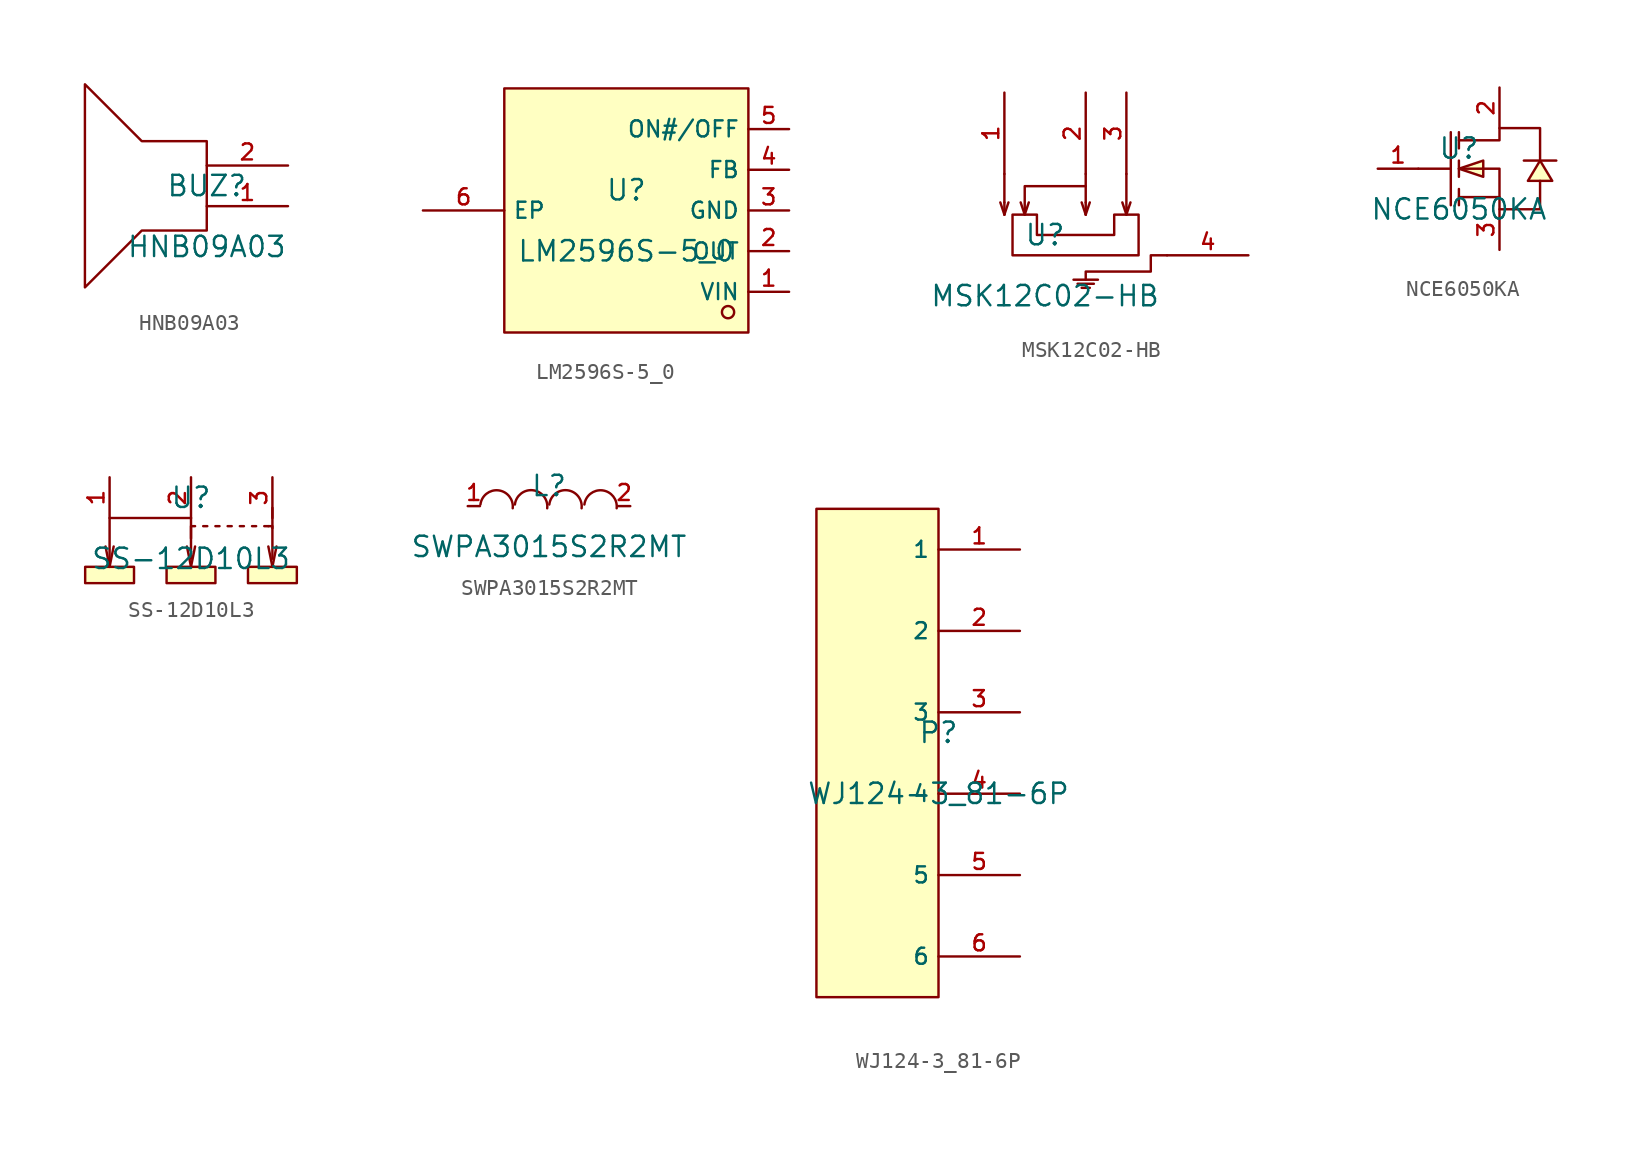
<source format=kicad_sym>
(kicad_symbol_lib
  (version 20210201)
  (generator TousstNicolas/JLC2KiCad_lib)
  (symbol "HNB09A03"
    (pin_names hide)
    (property "Reference" "BUZ"
      (at 0 1.27 0)
      (effects (font (size 1.27 1.27))))
    (property "Value" "HNB09A03"
      (at 0 -2.54 0)
      (effects (font (size 1.27 1.27))))
    (symbol "HNB09A03_0_1"
      (polyline (pts (xy -4.064 4.064) (xy 0.0 4.064) (xy 0.0 -1.524) (xy -4.064 -1.524) (xy -7.62 -5.08) (xy -7.62 7.62) (xy -4.064 4.064)) (stroke (width 0) (type default) (color 0 0 0 0)) (fill (type none)))
      (pin unspecified line (at 5.08 -0.0 180) (length 5.08) (name "+" (effects (font (size 1 1)))) (number "1" (effects (font (size 1 1)))))
      (pin unspecified line (at 5.08 2.54 180) (length 5.08) (name "-" (effects (font (size 1 1)))) (number "2" (effects (font (size 1 1)))))))
  (symbol "LM2596S-5_0"
    (property "Reference" "U"
      (at 0 1.27 0)
      (effects (font (size 1.27 1.27))))
    (property "Value" "LM2596S-5_0"
      (at 0 -2.54 0)
      (effects (font (size 1.27 1.27))))
    (symbol "LM2596S-5_0_0_1"
      (rectangle (start -7.62 7.62) (end 7.62 -7.62) (stroke (width 0) (type default) (color 0 0 0 0)) (fill (type background)))
      (circle (center 6.35 -6.35) (radius 0.381) (stroke (width 0) (type default) (color 0 0 0 0)) (fill (type background)))
      (pin unspecified line (at 10.16 -5.08 180) (length 2.54) (name "VIN" (effects (font (size 1 1)))) (number "1" (effects (font (size 1 1)))))
      (pin unspecified line (at 10.16 -2.54 180) (length 2.54) (name "OUT" (effects (font (size 1 1)))) (number "2" (effects (font (size 1 1)))))
      (pin unspecified line (at 10.16 -0.0 180) (length 2.54) (name "GND" (effects (font (size 1 1)))) (number "3" (effects (font (size 1 1)))))
      (pin unspecified line (at 10.16 2.54 180) (length 2.54) (name "FB" (effects (font (size 1 1)))) (number "4" (effects (font (size 1 1)))))
      (pin unspecified line (at 10.16 5.08 180) (length 2.54) (name "ON#/OFF" (effects (font (size 1 1)))) (number "5" (effects (font (size 1 1)))))
      (pin unspecified line (at -12.7 -0.0 0) (length 5.08) (name "EP" (effects (font (size 1 1)))) (number "6" (effects (font (size 1 1)))))))
  (symbol "MSK12C02-HB"
    (pin_names hide)
    (property "Reference" "U"
      (at 0 1.27 0)
      (effects (font (size 1.27 1.27))))
    (property "Value" "MSK12C02-HB"
      (at 0 -2.54 0)
      (effects (font (size 1.27 1.27))))
    (symbol "MSK12C02-HB_0_1"
      (pin unspecified line (at -2.54 10.16 270) (length 5.08) (name "1" (effects (font (size 1 1)))) (number "1" (effects (font (size 1 1)))))
      (pin unspecified line (at 2.54 10.16 270) (length 5.08) (name "2" (effects (font (size 1 1)))) (number "2" (effects (font (size 1 1)))))
      (pin unspecified line (at 5.08 10.16 270) (length 5.08) (name "3" (effects (font (size 1 1)))) (number "3" (effects (font (size 1 1)))))
      (pin unspecified line (at 12.7 -0.0 180) (length 5.08) (name "4" (effects (font (size 1 1)))) (number "4" (effects (font (size 1 1)))))
      (polyline (pts (xy 2.54 5.08) (xy 2.54 3.302)) (stroke (width 0) (type default) (color 0 0 0 0)) (fill (type none)))
      (polyline (pts (xy 2.54 3.302) (xy 2.54 2.54)) (stroke (width 0) (type default) (color 0 0 0 0)) (fill (type none)))
      (polyline (pts (xy 2.54 4.318) (xy -1.27 4.318) (xy -1.27 2.54) (xy -1.016 3.302)) (stroke (width 0) (type default) (color 0 0 0 0)) (fill (type none)))
      (polyline (pts (xy -1.27 2.54) (xy -1.524 3.302)) (stroke (width 0) (type default) (color 0 0 0 0)) (fill (type none)))
      (polyline (pts (xy -1.778 2.54) (xy -0.508 2.54) (xy -0.508 1.27) (xy 4.318 1.27) (xy 4.318 2.54) (xy 5.842 2.54) (xy 5.842 -0.0) (xy -2.032 -0.0) (xy -2.032 2.54) (xy -1.778 2.54)) (stroke (width 0) (type default) (color 0 0 0 0)) (fill (type none)))
      (polyline (pts (xy 5.08 5.08) (xy 5.08 2.54) (xy 5.334 3.302)) (stroke (width 0) (type default) (color 0 0 0 0)) (fill (type none)))
      (polyline (pts (xy 5.08 2.54) (xy 4.826 3.302)) (stroke (width 0) (type default) (color 0 0 0 0)) (fill (type none)))
      (polyline (pts (xy 2.54 2.54) (xy 2.794 3.302)) (stroke (width 0) (type default) (color 0 0 0 0)) (fill (type none)))
      (polyline (pts (xy 2.54 2.54) (xy 2.286 3.302)) (stroke (width 0) (type default) (color 0 0 0 0)) (fill (type none)))
      (polyline (pts (xy 7.62 -0.0) (xy 6.604 -0.0) (xy 6.604 -1.016) (xy 2.54 -1.016) (xy 2.54 -1.524)) (stroke (width 0) (type default) (color 0 0 0 0)) (fill (type none)))
      (polyline (pts (xy 1.778 -1.524) (xy 3.302 -1.524)) (stroke (width 0) (type default) (color 0 0 0 0)) (fill (type none)))
      (polyline (pts (xy 2.032 -1.778) (xy 3.048 -1.778)) (stroke (width 0) (type default) (color 0 0 0 0)) (fill (type none)))
      (polyline (pts (xy 2.286 -2.032) (xy 2.794 -2.032)) (stroke (width 0) (type default) (color 0 0 0 0)) (fill (type none)))
      (polyline (pts (xy -2.54 2.54) (xy -2.794 3.302)) (stroke (width 0) (type default) (color 0 0 0 0)) (fill (type none)))
      (polyline (pts (xy -2.54 2.54) (xy -2.286 3.302)) (stroke (width 0) (type default) (color 0 0 0 0)) (fill (type none)))
      (polyline (pts (xy -2.54 3.302) (xy -2.54 2.54)) (stroke (width 0) (type default) (color 0 0 0 0)) (fill (type none)))
      (polyline (pts (xy -2.54 5.08) (xy -2.54 3.302)) (stroke (width 0) (type default) (color 0 0 0 0)) (fill (type none)))))
  (symbol "NCE6050KA"
    (pin_names hide)
    (property "Reference" "U"
      (at 0 1.27 0)
      (effects (font (size 1.27 1.27))))
    (property "Value" "NCE6050KA"
      (at 0 -2.54 0)
      (effects (font (size 1.27 1.27))))
    (symbol "NCE6050KA_0_1"
      (polyline (pts (xy 0.0 -0.0) (xy 1.524 -0.508) (xy 1.524 0.508) (xy 0.0 -0.0)) (stroke (width 0) (type default) (color 0 0 0 0)) (fill (type background)))
      (polyline (pts (xy 5.08 0.508) (xy 4.318 -0.762) (xy 5.842 -0.762) (xy 5.08 0.508)) (stroke (width 0) (type default) (color 0 0 0 0)) (fill (type background)))
      (polyline (pts (xy 0.0 1.778) (xy 2.54 1.778) (xy 2.54 2.54) (xy 5.08 2.54) (xy 5.08 0.508)) (stroke (width 0) (type default) (color 0 0 0 0)) (fill (type none)))
      (polyline (pts (xy 0.0 -0.0) (xy 2.54 -0.0) (xy 2.54 -2.54) (xy 5.08 -2.54) (xy 5.08 -0.762)) (stroke (width 0) (type default) (color 0 0 0 0)) (fill (type none)))
      (polyline (pts (xy 2.54 -1.778) (xy 0.0 -1.778)) (stroke (width 0) (type default) (color 0 0 0 0)) (fill (type none)))
      (polyline (pts (xy -0.508 2.286) (xy -0.508 -2.286)) (stroke (width 0) (type default) (color 0 0 0 0)) (fill (type none)))
      (polyline (pts (xy 0.0 2.286) (xy 0.0 1.27)) (stroke (width 0) (type default) (color 0 0 0 0)) (fill (type none)))
      (polyline (pts (xy 0.0 -0.508) (xy 0.0 0.508)) (stroke (width 0) (type default) (color 0 0 0 0)) (fill (type none)))
      (polyline (pts (xy 0.0 -2.286) (xy 0.0 -1.27)) (stroke (width 0) (type default) (color 0 0 0 0)) (fill (type none)))
      (polyline (pts (xy -2.54 -0.0) (xy -0.508 -0.0)) (stroke (width 0) (type default) (color 0 0 0 0)) (fill (type none)))
      (polyline (pts (xy 6.096 0.508) (xy 5.588 0.508) (xy 4.572 0.508) (xy 4.064 0.508)) (stroke (width 0) (type default) (color 0 0 0 0)) (fill (type none)))
      (pin unspecified line (at 2.54 5.08 270) (length 2.54) (name "D" (effects (font (size 1 1)))) (number "2" (effects (font (size 1 1)))))
      (pin unspecified line (at -5.08 -0.0 0) (length 2.54) (name "G" (effects (font (size 1 1)))) (number "1" (effects (font (size 1 1)))))
      (pin unspecified line (at 2.54 -5.08 90) (length 2.54) (name "S" (effects (font (size 1 1)))) (number "3" (effects (font (size 1 1)))))))
  (symbol "SS-12D10L3"
    (pin_names hide)
    (property "Reference" "U"
      (at 0 1.27 0)
      (effects (font (size 1.27 1.27))))
    (property "Value" "SS-12D10L3"
      (at 0 -2.54 0)
      (effects (font (size 1.27 1.27))))
    (symbol "SS-12D10L3_0_1"
      (polyline (pts (xy 4.826 -0.508) (xy 5.08 -0.508) (xy 5.08 -2.54)) (stroke (width 0) (type default) (color 0 0 0 0)) (fill (type none)))
      (polyline (pts (xy 4.572 -0.508) (xy 4.826 -0.508)) (stroke (width 0) (type default) (color 0 0 0 0)) (fill (type none)))
      (polyline (pts (xy 3.81 -0.508) (xy 4.064 -0.508)) (stroke (width 0) (type default) (color 0 0 0 0)) (fill (type none)))
      (polyline (pts (xy 3.048 -0.508) (xy 3.302 -0.508)) (stroke (width 0) (type default) (color 0 0 0 0)) (fill (type none)))
      (polyline (pts (xy 2.286 -0.508) (xy 2.54 -0.508)) (stroke (width 0) (type default) (color 0 0 0 0)) (fill (type none)))
      (polyline (pts (xy 1.524 -0.508) (xy 1.778 -0.508)) (stroke (width 0) (type default) (color 0 0 0 0)) (fill (type none)))
      (polyline (pts (xy 0.762 -0.508) (xy 1.016 -0.508)) (stroke (width 0) (type default) (color 0 0 0 0)) (fill (type none)))
      (polyline (pts (xy 0.0 -2.54) (xy 0.0 -0.508) (xy 0.254 -0.508)) (stroke (width 0) (type default) (color 0 0 0 0)) (fill (type none)))
      (polyline (pts (xy 5.08 0.635) (xy 5.08 -0.635)) (stroke (width 0) (type default) (color 0 0 0 0)) (fill (type none)))
      (polyline (pts (xy 0.0 -0.0) (xy 0.0 -1.27)) (stroke (width 0) (type default) (color 0 0 0 0)) (fill (type none)))
      (pin unspecified line (at 5.08 2.54 270) (length 2.54) (name "3" (effects (font (size 1 1)))) (number "3" (effects (font (size 1 1)))))
      (pin unspecified line (at 0.0 2.54 270) (length 2.54) (name "2" (effects (font (size 1 1)))) (number "2" (effects (font (size 1 1)))))
      (pin unspecified line (at -5.08 2.54 270) (length 2.54) (name "1" (effects (font (size 1 1)))) (number "1" (effects (font (size 1 1)))))
      (polyline (pts (xy 5.08 -3.048) (xy 5.334 -1.778)) (stroke (width 0) (type default) (color 0 0 0 0)) (fill (type none)))
      (polyline (pts (xy 5.08 -3.048) (xy 4.826 -1.778)) (stroke (width 0) (type default) (color 0 0 0 0)) (fill (type none)))
      (polyline (pts (xy 0.0 -3.048) (xy 0.254 -1.778)) (stroke (width 0) (type default) (color 0 0 0 0)) (fill (type none)))
      (polyline (pts (xy 0.0 -3.048) (xy -0.254 -1.778)) (stroke (width 0) (type default) (color 0 0 0 0)) (fill (type none)))
      (polyline (pts (xy -5.08 -3.048) (xy -4.826 -1.778)) (stroke (width 0) (type default) (color 0 0 0 0)) (fill (type none)))
      (polyline (pts (xy -5.08 -3.048) (xy -5.334 -1.778)) (stroke (width 0) (type default) (color 0 0 0 0)) (fill (type none)))
      (polyline (pts (xy -5.08 -3.048) (xy -5.08 -0.0) (xy -2.54 -0.0) (xy 0.0 -0.0)) (stroke (width 0) (type default) (color 0 0 0 0)) (fill (type none)))
      (rectangle (start 3.556 -3.048) (end 6.604 -4.064) (stroke (width 0) (type default) (color 0 0 0 0)) (fill (type background)))
      (rectangle (start -1.524 -3.048) (end 1.524 -4.064) (stroke (width 0) (type default) (color 0 0 0 0)) (fill (type background)))
      (rectangle (start -6.604 -3.048) (end -3.556 -4.064) (stroke (width 0) (type default) (color 0 0 0 0)) (fill (type background)))))
  (symbol "SWPA3015S2R2MT"
    (pin_names hide)
    (property "Reference" "L"
      (at 0 1.27 0)
      (effects (font (size 1.27 1.27))))
    (property "Value" "SWPA3015S2R2MT"
      (at 0 -2.54 0)
      (effects (font (size 1.27 1.27))))
    (symbol "SWPA3015S2R2MT_0_1"
      (pin unspecified line (at 5.08 -0.0 180) (length 0.762) (name "2" (effects (font (size 1 1)))) (number "2" (effects (font (size 1 1)))))
      (pin unspecified line (at -5.08 -0.0 0) (length 0.762) (name "1" (effects (font (size 1 1)))) (number "1" (effects (font (size 1 1)))))
      (arc (start -2.2674329295749627 -0.1341053884638828) (mid -3.159011207982224 0.9926636483439573) (end -4.285780231504512 0.10108535314652943) (stroke (width 0) (type default) (color 0 0 0 0)) (fill (type none)))
      (arc (start -0.11354180781656804 -0.13565983668102555) (mid -1.0048024524285457 0.9913604595340889) (end -2.131822737142134 0.10009980037815772) (stroke (width 0) (type default) (color 0 0 0 0)) (fill (type none)))
      (arc (start 2.0378424949520375 -0.13565983668102555) (mid 1.1465818503400598 0.9913604595340889) (end 0.019561565626471496 0.10009980037815772) (stroke (width 0) (type default) (color 0 0 0 0)) (fill (type none)))
      (arc (start 4.231170015864318 -0.13410572965492382) (mid 3.3395921275494644 0.9926636202288113) (end 2.2128227952408546 0.10108570970264838) (stroke (width 0) (type default) (color 0 0 0 0)) (fill (type none)))))
  (symbol "WJ124-3_81-6P"
    (property "Reference" "P"
      (at 0 1.27 0)
      (effects (font (size 1.27 1.27))))
    (property "Value" "WJ124-3_81-6P"
      (at 0 -2.54 0)
      (effects (font (size 1.27 1.27))))
    (symbol "WJ124-3_81-6P_0_1"
      (rectangle (start -7.62 15.24) (end 0.0 -15.24) (stroke (width 0) (type default) (color 0 0 0 0)) (fill (type background)))
      (pin input line (at 5.08 12.7 180) (length 5.08) (name "1" (effects (font (size 1 1)))) (number "1" (effects (font (size 1 1)))))
      (pin input line (at 5.08 7.62 180) (length 5.08) (name "2" (effects (font (size 1 1)))) (number "2" (effects (font (size 1 1)))))
      (pin input line (at 5.08 2.54 180) (length 5.08) (name "3" (effects (font (size 1 1)))) (number "3" (effects (font (size 1 1)))))
      (pin input line (at 5.08 -2.54 180) (length 5.08) (name "4" (effects (font (size 1 1)))) (number "4" (effects (font (size 1 1)))))
      (pin input line (at 5.08 -7.62 180) (length 5.08) (name "5" (effects (font (size 1 1)))) (number "5" (effects (font (size 1 1)))))
      (pin input line (at 5.08 -12.7 180) (length 5.08) (name "6" (effects (font (size 1 1)))) (number "6" (effects (font (size 1 1))))))))
</source>
